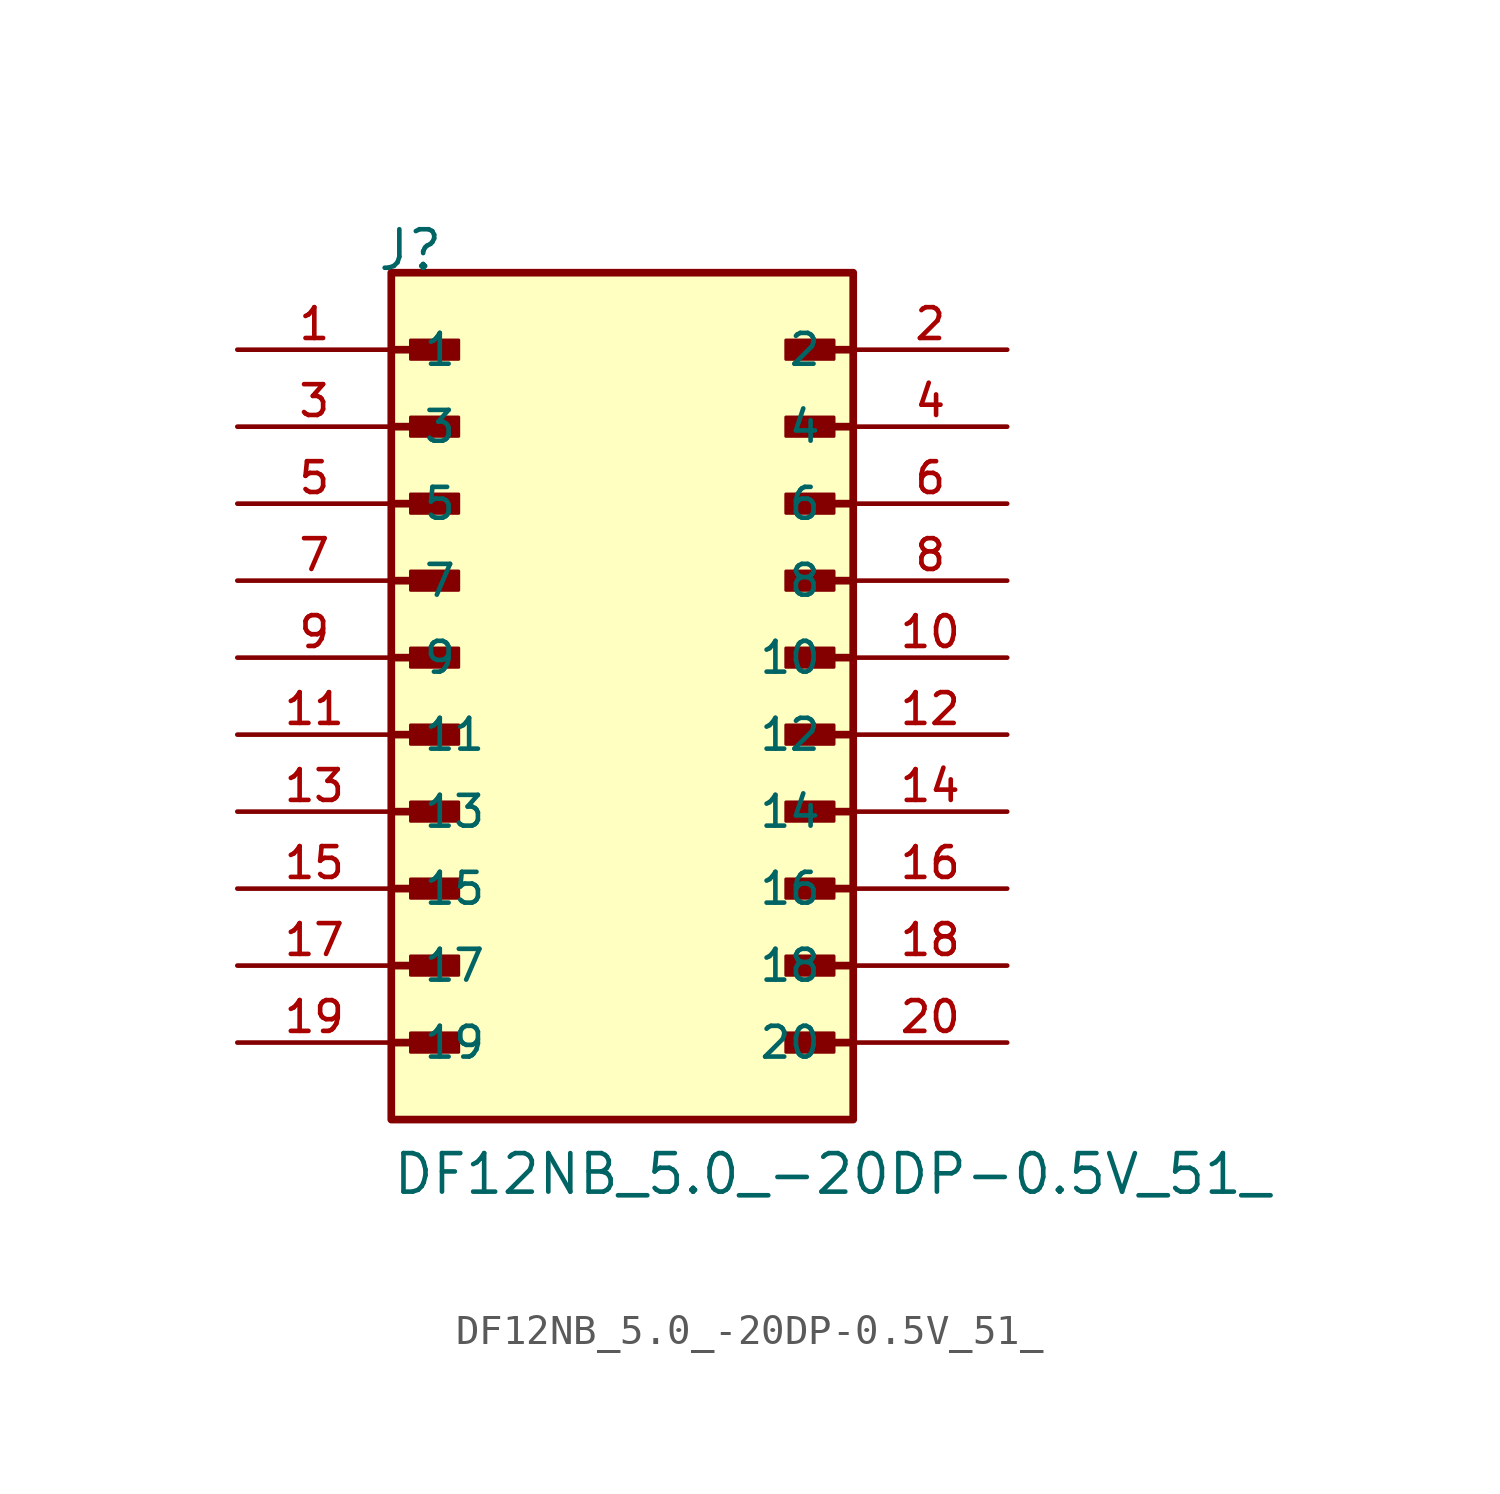
<source format=kicad_sym>
(kicad_symbol_lib
  (version 20211014)
  (generator kicad_symbol_editor)
  (symbol "DF12NB_5.0_-20DP-0.5V_51_"
    (pin_names
      (offset 1.016))
    (property "Reference" "J"
      (at -8.12 15.24 0)
      (effects (font (size 1.27 1.27)) (justify bottom left)))
    (property "Value" "DF12NB_5.0_-20DP-0.5V_51_"
      (at -7.62 -15.24 0)
      (effects (font (size 1.27 1.27)) (justify bottom left)))
    (symbol "DF12NB_5.0_-20DP-0.5V_51__0_0"
      (polyline (pts (xy -7.62 12.7) (xy -5.715 12.7)) (stroke (width 0.254)))
      (rectangle (start -6.985 12.383) (end -5.397 13.018) (stroke (width 0.1)) (fill (type outline)))
      (polyline (pts (xy 7.62 12.7) (xy 5.715 12.7)) (stroke (width 0.254)))
      (rectangle (start 6.985 12.383) (end 5.397 13.018) (stroke (width 0.1)) (fill (type outline)))
      (polyline (pts (xy -7.62 10.16) (xy -5.715 10.16)) (stroke (width 0.254)))
      (rectangle (start -6.985 9.842) (end -5.397 10.477) (stroke (width 0.1)) (fill (type outline)))
      (polyline (pts (xy 7.62 10.16) (xy 5.715 10.16)) (stroke (width 0.254)))
      (rectangle (start 6.985 9.842) (end 5.397 10.477) (stroke (width 0.1)) (fill (type outline)))
      (polyline (pts (xy -7.62 7.62) (xy -5.715 7.62)) (stroke (width 0.254)))
      (rectangle (start -6.985 7.303) (end -5.397 7.938) (stroke (width 0.1)) (fill (type outline)))
      (polyline (pts (xy 7.62 7.62) (xy 5.715 7.62)) (stroke (width 0.254)))
      (rectangle (start 6.985 7.303) (end 5.397 7.938) (stroke (width 0.1)) (fill (type outline)))
      (polyline (pts (xy -7.62 5.08) (xy -5.715 5.08)) (stroke (width 0.254)))
      (rectangle (start -6.985 4.763) (end -5.397 5.397) (stroke (width 0.1)) (fill (type outline)))
      (polyline (pts (xy 7.62 5.08) (xy 5.715 5.08)) (stroke (width 0.254)))
      (rectangle (start 6.985 4.763) (end 5.397 5.397) (stroke (width 0.1)) (fill (type outline)))
      (polyline (pts (xy -7.62 2.54) (xy -5.715 2.54)) (stroke (width 0.254)))
      (rectangle (start -6.985 2.223) (end -5.397 2.857) (stroke (width 0.1)) (fill (type outline)))
      (polyline (pts (xy 7.62 2.54) (xy 5.715 2.54)) (stroke (width 0.254)))
      (rectangle (start 6.985 2.223) (end 5.397 2.857) (stroke (width 0.1)) (fill (type outline)))
      (polyline (pts (xy -7.62 0.0) (xy -5.715 0.0)) (stroke (width 0.254)))
      (rectangle (start -6.985 -0.318) (end -5.397 0.318) (stroke (width 0.1)) (fill (type outline)))
      (polyline (pts (xy 7.62 0.0) (xy 5.715 0.0)) (stroke (width 0.254)))
      (rectangle (start 6.985 -0.318) (end 5.397 0.318) (stroke (width 0.1)) (fill (type outline)))
      (polyline (pts (xy -7.62 -2.54) (xy -5.715 -2.54)) (stroke (width 0.254)))
      (rectangle (start -6.985 -2.857) (end -5.397 -2.223) (stroke (width 0.1)) (fill (type outline)))
      (polyline (pts (xy 7.62 -2.54) (xy 5.715 -2.54)) (stroke (width 0.254)))
      (rectangle (start 6.985 -2.857) (end 5.397 -2.223) (stroke (width 0.1)) (fill (type outline)))
      (polyline (pts (xy -7.62 -5.08) (xy -5.715 -5.08)) (stroke (width 0.254)))
      (rectangle (start -6.985 -5.397) (end -5.397 -4.763) (stroke (width 0.1)) (fill (type outline)))
      (polyline (pts (xy 7.62 -5.08) (xy 5.715 -5.08)) (stroke (width 0.254)))
      (rectangle (start 6.985 -5.397) (end 5.397 -4.763) (stroke (width 0.1)) (fill (type outline)))
      (polyline (pts (xy -7.62 -7.62) (xy -5.715 -7.62)) (stroke (width 0.254)))
      (rectangle (start -6.985 -7.938) (end -5.397 -7.303) (stroke (width 0.1)) (fill (type outline)))
      (polyline (pts (xy 7.62 -7.62) (xy 5.715 -7.62)) (stroke (width 0.254)))
      (rectangle (start 6.985 -7.938) (end 5.397 -7.303) (stroke (width 0.1)) (fill (type outline)))
      (polyline (pts (xy -7.62 -10.16) (xy -5.715 -10.16)) (stroke (width 0.254)))
      (rectangle (start -6.985 -10.477) (end -5.397 -9.842) (stroke (width 0.1)) (fill (type outline)))
      (polyline (pts (xy 7.62 -10.16) (xy 5.715 -10.16)) (stroke (width 0.254)))
      (rectangle (start 6.985 -10.477) (end 5.397 -9.842) (stroke (width 0.1)) (fill (type outline)))
      (rectangle (start -7.62 -12.7) (end 7.62 15.24) (stroke (width 0.254)) (fill (type background)))
      (pin passive line (at -12.7 12.7 0) (length 5.08) (name "1" (effects (font (size 1.016 1.016)))) (number "1" (effects (font (size 1.016 1.016)))))
      (pin passive line (at 12.7 12.7 180.0) (length 5.08) (name "2" (effects (font (size 1.016 1.016)))) (number "2" (effects (font (size 1.016 1.016)))))
      (pin passive line (at -12.7 10.16 0) (length 5.08) (name "3" (effects (font (size 1.016 1.016)))) (number "3" (effects (font (size 1.016 1.016)))))
      (pin passive line (at 12.7 10.16 180.0) (length 5.08) (name "4" (effects (font (size 1.016 1.016)))) (number "4" (effects (font (size 1.016 1.016)))))
      (pin passive line (at -12.7 7.62 0) (length 5.08) (name "5" (effects (font (size 1.016 1.016)))) (number "5" (effects (font (size 1.016 1.016)))))
      (pin passive line (at 12.7 7.62 180.0) (length 5.08) (name "6" (effects (font (size 1.016 1.016)))) (number "6" (effects (font (size 1.016 1.016)))))
      (pin passive line (at -12.7 5.08 0) (length 5.08) (name "7" (effects (font (size 1.016 1.016)))) (number "7" (effects (font (size 1.016 1.016)))))
      (pin passive line (at 12.7 5.08 180.0) (length 5.08) (name "8" (effects (font (size 1.016 1.016)))) (number "8" (effects (font (size 1.016 1.016)))))
      (pin passive line (at -12.7 2.54 0) (length 5.08) (name "9" (effects (font (size 1.016 1.016)))) (number "9" (effects (font (size 1.016 1.016)))))
      (pin passive line (at 12.7 2.54 180.0) (length 5.08) (name "10" (effects (font (size 1.016 1.016)))) (number "10" (effects (font (size 1.016 1.016)))))
      (pin passive line (at -12.7 0.0 0) (length 5.08) (name "11" (effects (font (size 1.016 1.016)))) (number "11" (effects (font (size 1.016 1.016)))))
      (pin passive line (at 12.7 0.0 180.0) (length 5.08) (name "12" (effects (font (size 1.016 1.016)))) (number "12" (effects (font (size 1.016 1.016)))))
      (pin passive line (at -12.7 -2.54 0) (length 5.08) (name "13" (effects (font (size 1.016 1.016)))) (number "13" (effects (font (size 1.016 1.016)))))
      (pin passive line (at 12.7 -2.54 180.0) (length 5.08) (name "14" (effects (font (size 1.016 1.016)))) (number "14" (effects (font (size 1.016 1.016)))))
      (pin passive line (at -12.7 -5.08 0) (length 5.08) (name "15" (effects (font (size 1.016 1.016)))) (number "15" (effects (font (size 1.016 1.016)))))
      (pin passive line (at 12.7 -5.08 180.0) (length 5.08) (name "16" (effects (font (size 1.016 1.016)))) (number "16" (effects (font (size 1.016 1.016)))))
      (pin passive line (at -12.7 -7.62 0) (length 5.08) (name "17" (effects (font (size 1.016 1.016)))) (number "17" (effects (font (size 1.016 1.016)))))
      (pin passive line (at 12.7 -7.62 180.0) (length 5.08) (name "18" (effects (font (size 1.016 1.016)))) (number "18" (effects (font (size 1.016 1.016)))))
      (pin passive line (at -12.7 -10.16 0) (length 5.08) (name "19" (effects (font (size 1.016 1.016)))) (number "19" (effects (font (size 1.016 1.016)))))
      (pin passive line (at 12.7 -10.16 180.0) (length 5.08) (name "20" (effects (font (size 1.016 1.016)))) (number "20" (effects (font (size 1.016 1.016))))))))
</source>
